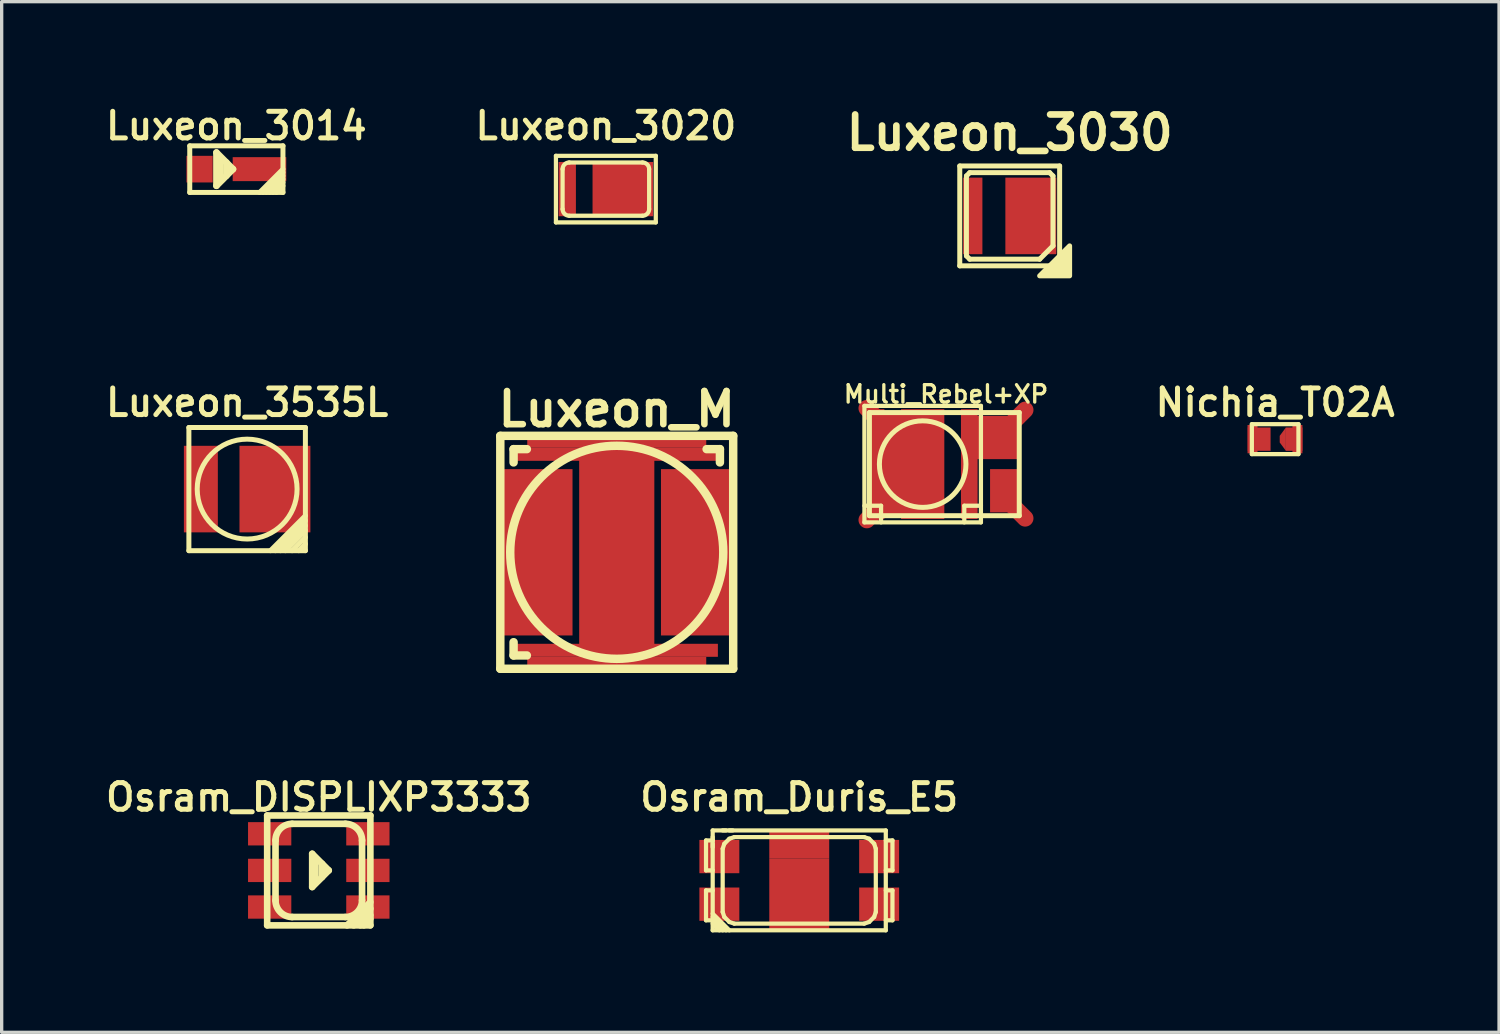
<source format=kicad_pcb>
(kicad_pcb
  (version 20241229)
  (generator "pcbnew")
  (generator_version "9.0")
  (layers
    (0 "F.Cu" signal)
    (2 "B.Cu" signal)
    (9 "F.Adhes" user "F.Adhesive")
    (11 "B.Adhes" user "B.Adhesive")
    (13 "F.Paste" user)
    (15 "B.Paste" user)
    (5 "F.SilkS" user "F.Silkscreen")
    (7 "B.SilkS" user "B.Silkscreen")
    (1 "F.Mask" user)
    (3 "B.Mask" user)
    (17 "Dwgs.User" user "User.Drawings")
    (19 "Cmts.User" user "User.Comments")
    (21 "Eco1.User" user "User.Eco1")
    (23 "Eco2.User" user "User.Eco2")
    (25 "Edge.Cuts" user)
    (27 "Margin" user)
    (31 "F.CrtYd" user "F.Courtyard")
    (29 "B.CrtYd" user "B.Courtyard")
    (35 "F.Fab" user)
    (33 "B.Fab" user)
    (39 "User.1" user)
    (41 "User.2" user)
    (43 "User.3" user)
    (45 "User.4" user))
  (footprint "Multi_Rebel+XP"
    (layer "F.Cu")
    (at 24.667 10.892)
    (property "Reference" "Multi_Rebel+XP" (at 0.701 -2.101 0) (layer "F.SilkS") (effects (font (size 0.523 0.523) (thickness 0.099))))
    (attr smd)
    (fp_line (start -1.75 -1.75) (end -1.75 1.75) (stroke (width 0.127) (type solid)) (layer "F.SilkS"))
    (fp_line (start -1.75 1.25) (end -1.25 1.25) (stroke (width 0.127) (type solid)) (layer "F.SilkS"))
    (fp_line (start -1.75 1.75) (end 1.75 1.75) (stroke (width 0.127) (type solid)) (layer "F.SilkS"))
    (fp_line (start -1.6 -1.549) (end -1.6 1.549) (stroke (width 0.15) (type solid)) (layer "F.SilkS"))
    (fp_line (start -1.6 1.549) (end 2.901 1.549) (stroke (width 0.15) (type solid)) (layer "F.SilkS"))
    (fp_line (start -1.25 1.25) (end -1.25 1.75) (stroke (width 0.127) (type solid)) (layer "F.SilkS"))
    (fp_line (start 1.25 1.25) (end 1.75 1.25) (stroke (width 0.127) (type solid)) (layer "F.SilkS"))
    (fp_line (start 1.25 1.75) (end 1.25 1.25) (stroke (width 0.127) (type solid)) (layer "F.SilkS"))
    (fp_line (start 1.75 -1.75) (end -1.75 -1.75) (stroke (width 0.127) (type solid)) (layer "F.SilkS"))
    (fp_line (start 1.75 1.75) (end 1.75 -1.75) (stroke (width 0.127) (type solid)) (layer "F.SilkS"))
    (fp_line (start 2.901 -1.549) (end -1.6 -1.549) (stroke (width 0.15) (type solid)) (layer "F.SilkS"))
    (fp_line (start 2.901 1.549) (end 2.901 -1.549) (stroke (width 0.15) (type solid)) (layer "F.SilkS"))
    (fp_circle (center 0 0) (end 0 -1.3) (stroke (width 0.15) (type solid)) (fill no) (layer "F.SilkS"))
    (pad "1" smd rect (at 1.4 0) (size 0.5 3.299) (layers "F.Cu" "F.Mask" "F.Paste"))
    (pad "1" smd rect (at 2.273 -0.8) (size 1.3 1.3) (layers "F.Cu" "F.Mask" "F.Paste"))
    (pad "1" smd oval (at 2.901 -1.45 315) (size 0.5 1.001) (layers "F.Cu" "F.Mask"))
    (pad "2" smd oval (at -1.501 -1.501 45) (size 0.5 1.001) (layers "F.Cu" "F.Mask"))
    (pad "2" smd oval (at -1.501 1.501 315) (size 0.5 1.001) (layers "F.Cu" "F.Mask"))
    (pad "2" smd rect (at -1.4 0) (size 0.5 3.299) (layers "F.Cu" "F.Mask" "F.Paste"))
    (pad "2" smd rect (at -0.899 0) (size 0.599 3) (layers "F.Cu" "F.Mask" "F.Paste"))
    (pad "2" smd rect (at 0 0) (size 1.3 3.299) (layers "F.Cu" "F.Mask" "F.Paste"))
    (pad "2" smd rect (at 2.474 0.8) (size 0.899 1.3) (layers "F.Cu" "F.Mask" "F.Paste"))
    (pad "2" smd oval (at 2.901 1.45 45) (size 0.5 1.001) (layers "F.Cu" "F.Mask")))
  (footprint "Luxeon_3020"
    (layer "F.Cu")
    (at 15.15 2.631)
    (property "Reference" "Luxeon_3020" (at 0 -1.9 0) (layer "F.SilkS") (effects (font (size 0.8 0.8) (thickness 0.15))))
    (attr smd)
    (fp_line (start -1.5 -1) (end 1.5 -1) (stroke (width 0.127) (type solid)) (layer "F.SilkS"))
    (fp_line (start -1.5 1) (end -1.5 -1) (stroke (width 0.127) (type solid)) (layer "F.SilkS"))
    (fp_line (start -1.3 0.6) (end -1.3 -0.6) (stroke (width 0.127) (type solid)) (layer "F.SilkS"))
    (fp_line (start -1.1 -0.8) (end 1.1 -0.8) (stroke (width 0.127) (type solid)) (layer "F.SilkS"))
    (fp_line (start 1.1 0.8) (end -1.1 0.8) (stroke (width 0.127) (type solid)) (layer "F.SilkS"))
    (fp_line (start 1.3 -0.6) (end 1.3 0.6) (stroke (width 0.127) (type solid)) (layer "F.SilkS"))
    (fp_line (start 1.5 -1) (end 1.5 1) (stroke (width 0.127) (type solid)) (layer "F.SilkS"))
    (fp_line (start 1.5 1) (end -1.5 1) (stroke (width 0.127) (type solid)) (layer "F.SilkS"))
    (fp_arc (start -1.3 -0.6) (mid -1.241421 -0.741421) (end -1.1 -0.8) (stroke (width 0.127) (type solid)) (layer "F.SilkS"))
    (fp_arc (start -1.1 0.8) (mid -1.241421 0.741421) (end -1.3 0.6) (stroke (width 0.127) (type solid)) (layer "F.SilkS"))
    (fp_arc (start 1.1 -0.8) (mid 1.241421 -0.741421) (end 1.3 -0.6) (stroke (width 0.127) (type solid)) (layer "F.SilkS"))
    (fp_arc (start 1.3 0.6) (mid 1.241421 0.741421) (end 1.1 0.8) (stroke (width 0.127) (type solid)) (layer "F.SilkS"))
    (pad "1" smd rect (at -1.16 0) (size 0.52 1.63) (layers "F.Cu" "F.Mask" "F.Paste"))
    (pad "2" smd rect (at 0.51 0) (size 1.82 1.63) (layers "F.Cu" "F.Mask" "F.Paste")))
  (footprint "Luxeon_3030"
    (layer "F.Cu")
    (at 27.281 3.436)
    (property "Reference" "Luxeon_3030" (at 0 -2.5 0) (layer "F.SilkS") (effects (font (size 1 1) (thickness 0.2))))
    (attr smd)
    (fp_line (start -1.5 -1.5) (end 1.5 -1.5) (stroke (width 0.15) (type solid)) (layer "F.SilkS"))
    (fp_line (start -1.5 1.5) (end -1.5 -1.5) (stroke (width 0.15) (type solid)) (layer "F.SilkS"))
    (fp_line (start -1.3 -1.2) (end -1.3 1.2) (stroke (width 0.15) (type solid)) (layer "F.SilkS"))
    (fp_line (start -1.3 1.2) (end -1.2 1.3) (stroke (width 0.15) (type solid)) (layer "F.SilkS"))
    (fp_line (start -1.2 -1.3) (end -1.3 -1.2) (stroke (width 0.15) (type solid)) (layer "F.SilkS"))
    (fp_line (start -1.2 1.3) (end 0.9 1.3) (stroke (width 0.15) (type solid)) (layer "F.SilkS"))
    (fp_line (start 0.9 1.3) (end 1.3 0.9) (stroke (width 0.15) (type solid)) (layer "F.SilkS"))
    (fp_line (start 1.2 -1.3) (end -1.2 -1.3) (stroke (width 0.15) (type solid)) (layer "F.SilkS"))
    (fp_line (start 1.3 -1.2) (end 1.2 -1.3) (stroke (width 0.15) (type solid)) (layer "F.SilkS"))
    (fp_line (start 1.3 0.9) (end 1.3 -1.2) (stroke (width 0.15) (type solid)) (layer "F.SilkS"))
    (fp_line (start 1.5 -1.5) (end 1.5 1.5) (stroke (width 0.15) (type solid)) (layer "F.SilkS"))
    (fp_line (start 1.5 1.5) (end -1.5 1.5) (stroke (width 0.15) (type solid)) (layer "F.SilkS"))
    (fp_poly (pts (xy 0.9 1.8) (xy 1.8 0.9) (xy 1.8 1.8)) (stroke (width 0.15) (type solid)) (fill yes) (layer "F.SilkS"))
    (pad "1" smd rect (at -1.11 0) (size 0.58 2.3) (layers "F.Cu" "F.Mask" "F.Paste"))
    (pad "2" smd rect (at 0.635 0) (size 1.53 2.3) (layers "F.Cu" "F.Mask" "F.Paste")))
  (footprint "Nichia_T02A"
    (layer "F.Cu")
    (at 35.255 10.142)
    (property "Reference" "Nichia_T02A" (at 0 -1.1 0) (layer "F.SilkS") (effects (font (size 0.8 0.8) (thickness 0.15))))
    (attr smd)
    (fp_line (start -0.7 -0.45) (end -0.7 0.45) (stroke (width 0.127) (type solid)) (layer "F.SilkS"))
    (fp_line (start -0.7 0.45) (end 0.7 0.45) (stroke (width 0.127) (type solid)) (layer "F.SilkS"))
    (fp_line (start 0.7 -0.45) (end -0.7 -0.45) (stroke (width 0.127) (type solid)) (layer "F.SilkS"))
    (fp_line (start 0.7 0.45) (end 0.7 -0.45) (stroke (width 0.127) (type solid)) (layer "F.SilkS"))
    (pad "" smd rect (at -0.6 0) (size 0.45 0.7) (layers "F.Paste"))
    (pad "" smd rect (at -0.48 0) (size 0.685 0.55) (layers "F.Paste"))
    (pad "" smd trapezoid (at 0.22 0) (size 0.16 0.32) (rect_delta -0.23 0) (layers "F.Paste"))
    (pad "" smd rect (at 0.56 0) (size 0.52 0.55) (layers "F.Paste"))
    (pad "" smd rect (at 0.59 0) (size 0.45 0.7) (layers "F.Paste"))
    (pad "1" smd rect (at -0.68 0) (size 0.3 0.85) (layers "F.Cu" "F.Mask" "F.Paste"))
    (pad "1" smd rect (at -0.48 0) (size 0.685 0.7) (layers "F.Cu" "F.Mask"))
    (pad "2" smd trapezoid (at 0.23 0) (size 0.185 0.45) (rect_delta -0.25 0) (layers "F.Cu" "F.Mask"))
    (pad "2" smd rect (at 0.57 0) (size 0.5 0.7) (layers "F.Cu" "F.Mask"))
    (pad "2" smd rect (at 0.67 0) (size 0.3 0.85) (layers "F.Cu" "F.Mask" "F.Paste")))
  (footprint "Luxeon_3535L"
    (layer "F.Cu")
    (at 4.374 11.642)
    (property "Reference" "Luxeon_3535L" (at 0 -2.6 0) (layer "F.SilkS") (effects (font (size 0.8 0.8) (thickness 0.15))))
    (attr smd)
    (fp_line (start -1.75 -1.85) (end 1.75 -1.85) (stroke (width 0.15) (type solid)) (layer "F.SilkS"))
    (fp_line (start -1.75 1.85) (end -1.75 -1.85) (stroke (width 0.15) (type solid)) (layer "F.SilkS"))
    (fp_line (start 0.7 1.85) (end 1.75 0.8) (stroke (width 0.15) (type solid)) (layer "F.SilkS"))
    (fp_line (start 0.85 1.85) (end 1.75 0.95) (stroke (width 0.15) (type solid)) (layer "F.SilkS"))
    (fp_line (start 1 1.85) (end 1.75 1.1) (stroke (width 0.15) (type solid)) (layer "F.SilkS"))
    (fp_line (start 1.15 1.85) (end 1.75 1.25) (stroke (width 0.15) (type solid)) (layer "F.SilkS"))
    (fp_line (start 1.35 1.85) (end 1.75 1.45) (stroke (width 0.15) (type solid)) (layer "F.SilkS"))
    (fp_line (start 1.55 1.85) (end 1.75 1.65) (stroke (width 0.15) (type solid)) (layer "F.SilkS"))
    (fp_line (start 1.75 -1.85) (end 1.75 1.85) (stroke (width 0.15) (type solid)) (layer "F.SilkS"))
    (fp_line (start 1.75 1.85) (end -1.75 1.85) (stroke (width 0.15) (type solid)) (layer "F.SilkS"))
    (fp_circle (center 0 0) (end 1.5 0) (stroke (width 0.15) (type solid)) (fill no) (layer "F.SilkS"))
    (pad "1" smd rect (at -1.39 0) (size 1.02 2.6) (layers "F.Cu" "F.Mask" "F.Paste"))
    (pad "2" smd rect (at 0.835 0) (size 2.13 2.6) (layers "F.Cu" "F.Mask" "F.Paste")))
  (footprint "Luxeon_M"
    (layer "F.Cu")
    (at 15.477 13.541)
    (property "Reference" "Luxeon_M" (at 0 -4.3 0) (layer "F.SilkS") (effects (font (size 0.996 0.996) (thickness 0.198))))
    (attr smd)
    (fp_line (start -3.498 -3.498) (end 3.498 -3.498) (stroke (width 0.254) (type solid)) (layer "F.SilkS"))
    (fp_line (start -3.498 3.498) (end -3.498 -3.498) (stroke (width 0.254) (type solid)) (layer "F.SilkS"))
    (fp_line (start -3.099 -3.099) (end -2.7 -3.099) (stroke (width 0.254) (type solid)) (layer "F.SilkS"))
    (fp_line (start -3.099 -2.7) (end -3.099 -3.099) (stroke (width 0.254) (type solid)) (layer "F.SilkS"))
    (fp_line (start -3.099 3.099) (end -3.099 2.7) (stroke (width 0.254) (type solid)) (layer "F.SilkS"))
    (fp_line (start -3.099 3.099) (end -2.7 3.099) (stroke (width 0.254) (type solid)) (layer "F.SilkS"))
    (fp_line (start 3.099 -3.099) (end 2.7 -3.099) (stroke (width 0.254) (type solid)) (layer "F.SilkS"))
    (fp_line (start 3.099 -3.099) (end 3.099 -2.7) (stroke (width 0.254) (type solid)) (layer "F.SilkS"))
    (fp_line (start 3.498 -3.498) (end 3.498 3.498) (stroke (width 0.254) (type solid)) (layer "F.SilkS"))
    (fp_line (start 3.498 3.498) (end -3.498 3.498) (stroke (width 0.254) (type solid)) (layer "F.SilkS"))
    (fp_circle (center 0 0) (end -3.2 0) (stroke (width 0.254) (type solid)) (fill no) (layer "F.SilkS"))
    (pad "" smd rect (at -1.603 0) (size 0.546 3.528) (layers "F.Mask" "F.Paste"))
    (pad "" smd rect (at 0 0) (size 2.258 3.528) (layers "F.Mask" "F.Paste"))
    (pad "" smd rect (at 1.603 0) (size 0.546 3.528) (layers "F.Mask" "F.Paste"))
    (pad "1" smd rect (at 2.413 0) (size 2.169 4.996) (layers "F.Cu"))
    (pad "2" smd rect (at -2.413 0) (size 2.169 4.996) (layers "F.Cu"))
    (pad "3" smd rect (at 0 -3.32) (size 5.377 0.361) (layers "F.Cu"))
    (pad "3" smd rect (at 0 -2.944) (size 6.076 0.391) (layers "F.Cu"))
    (pad "3" smd rect (at 0 0) (size 2.258 6.998) (layers "F.Cu"))
    (pad "3" smd rect (at 0 2.944) (size 6.076 0.391) (layers "F.Cu"))
    (pad "3" smd rect (at 0 3.32) (size 5.377 0.361) (layers "F.Cu")))
  (footprint "Luxeon_3014"
    (layer "F.Cu")
    (at 4.05 2.031)
    (property "Reference" "Luxeon_3014" (at 0 -1.3 0) (layer "F.SilkS") (effects (font (size 0.8 0.8) (thickness 0.15))))
    (attr smd)
    (fp_line (start -1.4 -0.7) (end 1.4 -0.7) (stroke (width 0.15) (type solid)) (layer "F.SilkS"))
    (fp_line (start -1.4 0.7) (end -1.4 -0.7) (stroke (width 0.15) (type solid)) (layer "F.SilkS"))
    (fp_line (start -0.598 -0.5) (end -0.598 0.5) (stroke (width 0.198) (type solid)) (layer "F.SilkS"))
    (fp_line (start -0.598 0.5) (end -0.1 0) (stroke (width 0.198) (type solid)) (layer "F.SilkS"))
    (fp_line (start -0.499 0.3) (end -0.499 -0.3) (stroke (width 0.198) (type solid)) (layer "F.SilkS"))
    (fp_line (start -0.301 0.201) (end -0.301 -0.201) (stroke (width 0.198) (type solid)) (layer "F.SilkS"))
    (fp_line (start -0.1 0) (end -0.598 -0.5) (stroke (width 0.198) (type solid)) (layer "F.SilkS"))
    (fp_line (start 0.7 0.7) (end 1.4 0) (stroke (width 0.15) (type solid)) (layer "F.SilkS"))
    (fp_line (start 0.8 0.7) (end 1.4 0.1) (stroke (width 0.15) (type solid)) (layer "F.SilkS"))
    (fp_line (start 0.9 0.7) (end 1.4 0.2) (stroke (width 0.15) (type solid)) (layer "F.SilkS"))
    (fp_line (start 1 0.7) (end 1.4 0.3) (stroke (width 0.15) (type solid)) (layer "F.SilkS"))
    (fp_line (start 1.1 0.7) (end 1.4 0.4) (stroke (width 0.15) (type solid)) (layer "F.SilkS"))
    (fp_line (start 1.4 -0.7) (end 1.4 0.7) (stroke (width 0.15) (type solid)) (layer "F.SilkS"))
    (fp_line (start 1.4 0.5) (end 1.2 0.7) (stroke (width 0.15) (type solid)) (layer "F.SilkS"))
    (fp_line (start 1.4 0.7) (end -1.4 0.7) (stroke (width 0.15) (type solid)) (layer "F.SilkS"))
    (pad "1" smd rect (at -1.105 0) (size 0.79 0.8) (layers "F.Cu" "F.Mask" "F.Paste"))
    (pad "2" smd rect (at 0.695 0) (size 1.61 0.72) (layers "F.Cu" "F.Mask" "F.Paste")))
  (footprint "Osram_DISPLIXP3333"
    (layer "F.Cu")
    (at 6.526 23.097)
    (property "Reference" "Osram_DISPLIXP3333" (at 0 -2.2 0) (layer "F.SilkS") (effects (font (size 0.8 0.8) (thickness 0.15))))
    (attr smd)
    (fp_line (start -1.55 -1.65) (end -1.55 1.65) (stroke (width 0.198) (type solid)) (layer "F.SilkS"))
    (fp_line (start -1.55 1.65) (end 1.55 1.65) (stroke (width 0.198) (type solid)) (layer "F.SilkS"))
    (fp_line (start -1.3 -0.9) (end -1.3 0.9) (stroke (width 0.2) (type solid)) (layer "F.SilkS"))
    (fp_line (start -0.8 -1.4) (end 0.8 -1.4) (stroke (width 0.2) (type solid)) (layer "F.SilkS"))
    (fp_line (start -0.8 1.4) (end 0.8 1.4) (stroke (width 0.2) (type solid)) (layer "F.SilkS"))
    (fp_line (start -0.198 -0.5) (end -0.198 0.5) (stroke (width 0.198) (type solid)) (layer "F.SilkS"))
    (fp_line (start -0.198 0.5) (end 0.3 0) (stroke (width 0.198) (type solid)) (layer "F.SilkS"))
    (fp_line (start -0.099 0.3) (end -0.099 -0.3) (stroke (width 0.198) (type solid)) (layer "F.SilkS"))
    (fp_line (start 0.099 0.201) (end 0.099 -0.201) (stroke (width 0.198) (type solid)) (layer "F.SilkS"))
    (fp_line (start 0.3 0) (end -0.198 -0.5) (stroke (width 0.198) (type solid)) (layer "F.SilkS"))
    (fp_line (start 0.85 1.65) (end 1.548 0.952) (stroke (width 0.198) (type solid)) (layer "F.SilkS"))
    (fp_line (start 1.05 1.65) (end 1.55 1.15) (stroke (width 0.198) (type solid)) (layer "F.SilkS"))
    (fp_line (start 1.25 1.65) (end 1.55 1.35) (stroke (width 0.198) (type solid)) (layer "F.SilkS"))
    (fp_line (start 1.3 -0.9) (end 1.3 0.9) (stroke (width 0.2) (type solid)) (layer "F.SilkS"))
    (fp_line (start 1.55 -1.65) (end -1.55 -1.65) (stroke (width 0.198) (type solid)) (layer "F.SilkS"))
    (fp_line (start 1.55 1.45) (end 1.352 1.651) (stroke (width 0.198) (type solid)) (layer "F.SilkS"))
    (fp_line (start 1.55 1.65) (end 1.55 -1.65) (stroke (width 0.198) (type solid)) (layer "F.SilkS"))
    (fp_arc (start -1.3 -0.9) (mid -1.153553 -1.253553) (end -0.8 -1.4) (stroke (width 0.2) (type solid)) (layer "F.SilkS"))
    (fp_arc (start -0.8 1.4) (mid -1.153553 1.253553) (end -1.3 0.9) (stroke (width 0.2) (type solid)) (layer "F.SilkS"))
    (fp_arc (start 0.8 -1.4) (mid 1.153553 -1.253553) (end 1.3 -0.9) (stroke (width 0.2) (type solid)) (layer "F.SilkS"))
    (fp_arc (start 1.3 0.9) (mid 1.153553 1.253553) (end 0.8 1.4) (stroke (width 0.2) (type solid)) (layer "F.SilkS"))
    (pad "1" smd rect (at -1.475 -1.1) (size 1.3 0.7) (layers "F.Cu" "F.Mask" "F.Paste"))
    (pad "2" smd rect (at -1.475 0) (size 1.3 0.7) (layers "F.Cu" "F.Mask" "F.Paste"))
    (pad "3" smd rect (at -1.475 1.1) (size 1.3 0.7) (layers "F.Cu" "F.Mask" "F.Paste"))
    (pad "4" smd rect (at 1.475 1.1) (size 1.3 0.7) (layers "F.Cu" "F.Mask" "F.Paste"))
    (pad "5" smd rect (at 1.475 0) (size 1.3 0.7) (layers "F.Cu" "F.Mask" "F.Paste"))
    (pad "6" smd rect (at 1.475 -1.1) (size 1.3 0.7) (layers "F.Cu" "F.Mask" "F.Paste")))
  (footprint "Osram_Duris_E5"
    (layer "F.Cu")
    (at 20.959 23.396)
    (property "Reference" "Osram_Duris_E5" (at 0 -2.499 0) (layer "F.SilkS") (effects (font (size 0.8 0.8) (thickness 0.15))))
    (attr smd)
    (fp_line (start -2.8 -1.2) (end -2.8 -0.3) (stroke (width 0.127) (type solid)) (layer "F.SilkS"))
    (fp_line (start -2.8 -0.3) (end -2.6 -0.3) (stroke (width 0.127) (type solid)) (layer "F.SilkS"))
    (fp_line (start -2.8 0.3) (end -2.8 1.2) (stroke (width 0.127) (type solid)) (layer "F.SilkS"))
    (fp_line (start -2.8 1.2) (end -2.6 1.2) (stroke (width 0.127) (type solid)) (layer "F.SilkS"))
    (fp_line (start -2.601 -1.199) (end -2.601 -1.3) (stroke (width 0.127) (type solid)) (layer "F.SilkS"))
    (fp_line (start -2.601 -1.001) (end -2.601 -1.1) (stroke (width 0.127) (type solid)) (layer "F.SilkS"))
    (fp_line (start -2.6 -1.5) (end -2.6 1.5) (stroke (width 0.127) (type solid)) (layer "F.SilkS"))
    (fp_line (start -2.6 -1.2) (end -2.8 -1.2) (stroke (width 0.127) (type solid)) (layer "F.SilkS"))
    (fp_line (start -2.6 0.3) (end -2.8 0.3) (stroke (width 0.127) (type solid)) (layer "F.SilkS"))
    (fp_line (start -2.6 1.1) (end -2.2 1.5) (stroke (width 0.127) (type solid)) (layer "F.SilkS"))
    (fp_line (start -2.6 1.3) (end -2.4 1.5) (stroke (width 0.127) (type solid)) (layer "F.SilkS"))
    (fp_line (start -2.6 1.5) (end 2.6 1.5) (stroke (width 0.127) (type solid)) (layer "F.SilkS"))
    (fp_line (start -2.3 -0.95) (end -2.3 0.95) (stroke (width 0.127) (type solid)) (layer "F.SilkS"))
    (fp_line (start -2.3 0.95) (end -2.25 1.1) (stroke (width 0.127) (type solid)) (layer "F.SilkS"))
    (fp_line (start -2.3 1.5) (end -2.6 1.2) (stroke (width 0.127) (type solid)) (layer "F.SilkS"))
    (fp_line (start -2.25 -1.1) (end -2.3 -0.95) (stroke (width 0.127) (type solid)) (layer "F.SilkS"))
    (fp_line (start -2.25 1.1) (end -2.1 1.25) (stroke (width 0.127) (type solid)) (layer "F.SilkS"))
    (fp_line (start -2.2 -1.501) (end -2.301 -1.501) (stroke (width 0.127) (type solid)) (layer "F.SilkS"))
    (fp_line (start -2.1 -1.25) (end -2.25 -1.1) (stroke (width 0.127) (type solid)) (layer "F.SilkS"))
    (fp_line (start -2.1 1.5) (end -2.6 1) (stroke (width 0.127) (type solid)) (layer "F.SilkS"))
    (fp_line (start -1.999 -1.501) (end -2.101 -1.501) (stroke (width 0.127) (type solid)) (layer "F.SilkS"))
    (fp_line (start -1.95 -1.3) (end -2.1 -1.25) (stroke (width 0.127) (type solid)) (layer "F.SilkS"))
    (fp_line (start -1.95 1.3) (end -2.1 1.25) (stroke (width 0.127) (type solid)) (layer "F.SilkS"))
    (fp_line (start -1.95 1.3) (end 1.95 1.3) (stroke (width 0.127) (type solid)) (layer "F.SilkS"))
    (fp_line (start 1.95 -1.3) (end -1.95 -1.3) (stroke (width 0.127) (type solid)) (layer "F.SilkS"))
    (fp_line (start 1.95 1.3) (end 2.1 1.25) (stroke (width 0.127) (type solid)) (layer "F.SilkS"))
    (fp_line (start 2.1 -1.25) (end 1.95 -1.3) (stroke (width 0.127) (type solid)) (layer "F.SilkS"))
    (fp_line (start 2.25 -1.1) (end 2.1 -1.25) (stroke (width 0.127) (type solid)) (layer "F.SilkS"))
    (fp_line (start 2.25 1.1) (end 2.1 1.25) (stroke (width 0.127) (type solid)) (layer "F.SilkS"))
    (fp_line (start 2.3 -0.95) (end 2.25 -1.1) (stroke (width 0.127) (type solid)) (layer "F.SilkS"))
    (fp_line (start 2.3 0.95) (end 2.25 1.1) (stroke (width 0.127) (type solid)) (layer "F.SilkS"))
    (fp_line (start 2.3 0.95) (end 2.3 -0.95) (stroke (width 0.127) (type solid)) (layer "F.SilkS"))
    (fp_line (start 2.6 -1.5) (end -2.6 -1.5) (stroke (width 0.127) (type solid)) (layer "F.SilkS"))
    (fp_line (start 2.6 -0.3) (end 2.8 -0.3) (stroke (width 0.127) (type solid)) (layer "F.SilkS"))
    (fp_line (start 2.6 1.2) (end 2.8 1.2) (stroke (width 0.127) (type solid)) (layer "F.SilkS"))
    (fp_line (start 2.6 1.5) (end 2.6 -1.5) (stroke (width 0.127) (type solid)) (layer "F.SilkS"))
    (fp_line (start 2.8 -1.2) (end 2.6 -1.2) (stroke (width 0.127) (type solid)) (layer "F.SilkS"))
    (fp_line (start 2.8 -0.3) (end 2.8 -1.2) (stroke (width 0.127) (type solid)) (layer "F.SilkS"))
    (fp_line (start 2.8 0.3) (end 2.6 0.3) (stroke (width 0.127) (type solid)) (layer "F.SilkS"))
    (fp_line (start 2.8 1.2) (end 2.8 0.3) (stroke (width 0.127) (type solid)) (layer "F.SilkS"))
    (pad "1" smd rect (at -2.4 -0.715) (size 1.2 1) (layers "F.Cu" "F.Mask" "F.Paste"))
    (pad "2" smd rect (at 2.4 -0.715) (size 1.2 1) (layers "F.Cu" "F.Mask" "F.Paste"))
    (pad "3" smd rect (at -2.4 0.715) (size 1.2 1) (layers "F.Cu" "F.Mask" "F.Paste"))
    (pad "4" smd rect (at 2.4 0.715) (size 1.2 1) (layers "F.Cu" "F.Mask" "F.Paste"))
    (pad "5" smd rect (at 0 -1.075) (size 1.8 0.85) (layers "F.Cu"))
    (pad "5" smd rect (at 0 0) (size 1.8 1.3) (layers "F.Cu" "F.Mask" "F.Paste"))
    (pad "5" smd rect (at 0 1.075) (size 1.8 0.85) (layers "F.Cu")))
  (gr_rect
    (start -3 -3)
    (end 41.981 27.96)
    (stroke (width 0.1) (type default))
    (fill no)
    (layer "Edge.Cuts")))
</source>
